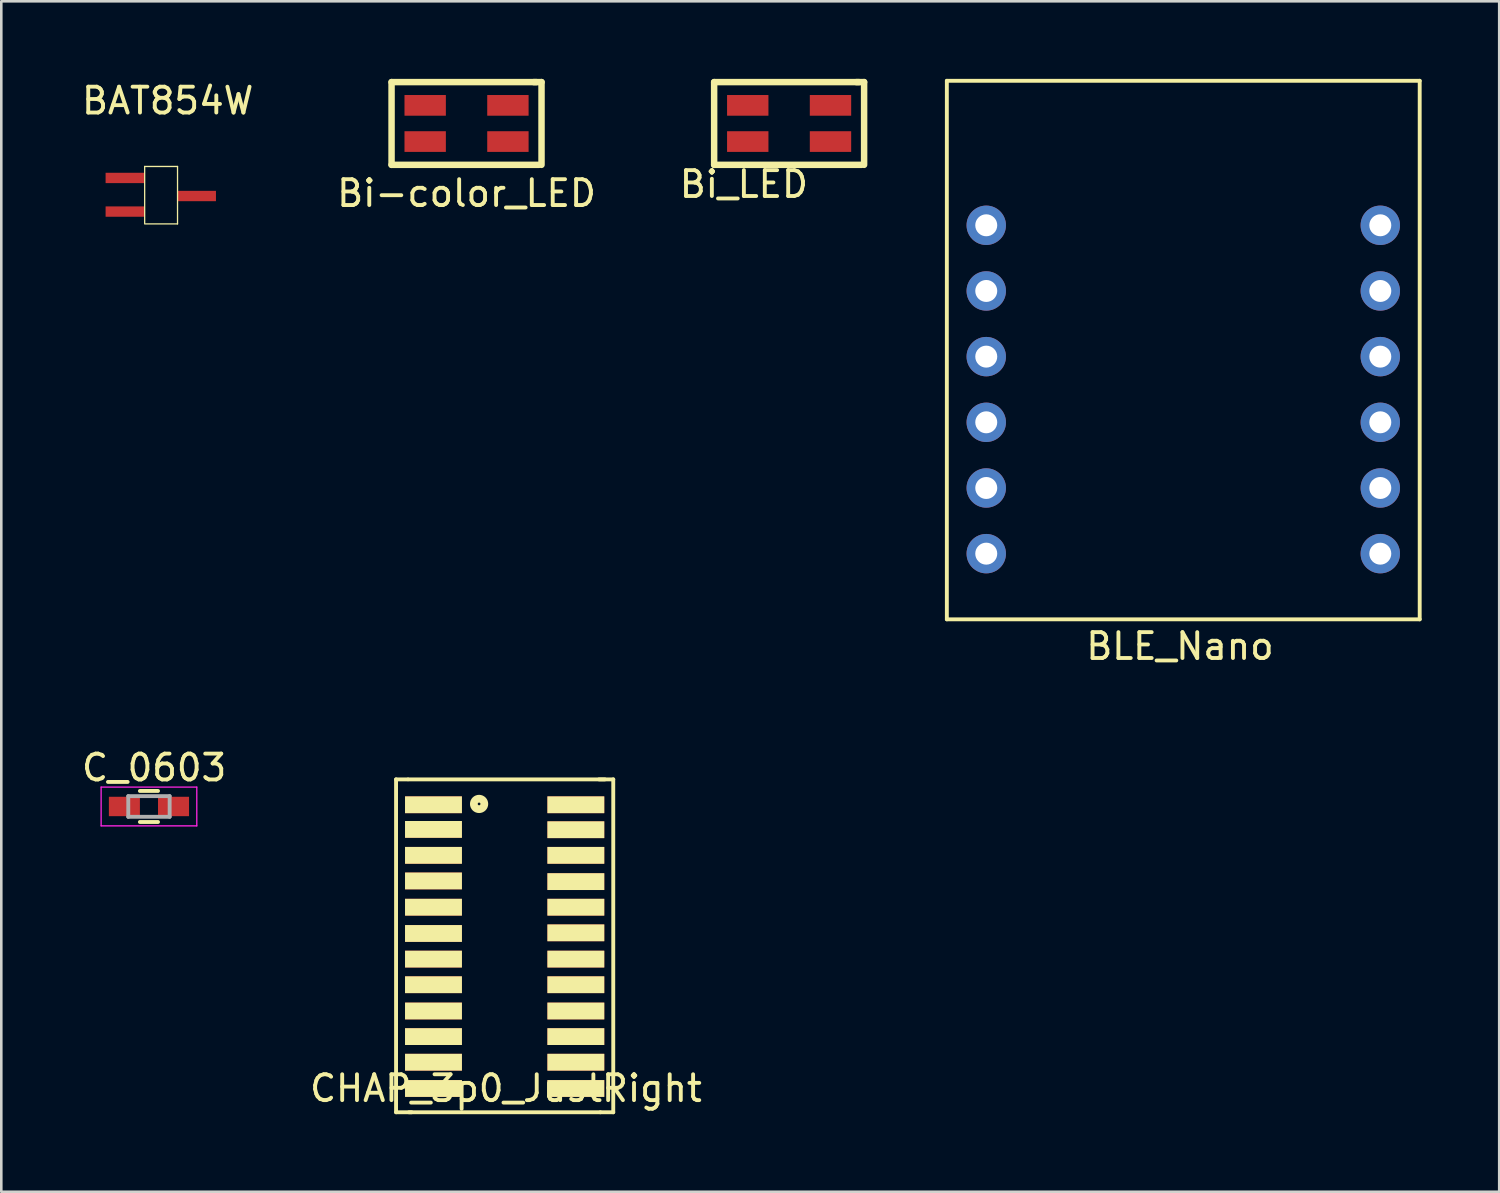
<source format=kicad_pcb>
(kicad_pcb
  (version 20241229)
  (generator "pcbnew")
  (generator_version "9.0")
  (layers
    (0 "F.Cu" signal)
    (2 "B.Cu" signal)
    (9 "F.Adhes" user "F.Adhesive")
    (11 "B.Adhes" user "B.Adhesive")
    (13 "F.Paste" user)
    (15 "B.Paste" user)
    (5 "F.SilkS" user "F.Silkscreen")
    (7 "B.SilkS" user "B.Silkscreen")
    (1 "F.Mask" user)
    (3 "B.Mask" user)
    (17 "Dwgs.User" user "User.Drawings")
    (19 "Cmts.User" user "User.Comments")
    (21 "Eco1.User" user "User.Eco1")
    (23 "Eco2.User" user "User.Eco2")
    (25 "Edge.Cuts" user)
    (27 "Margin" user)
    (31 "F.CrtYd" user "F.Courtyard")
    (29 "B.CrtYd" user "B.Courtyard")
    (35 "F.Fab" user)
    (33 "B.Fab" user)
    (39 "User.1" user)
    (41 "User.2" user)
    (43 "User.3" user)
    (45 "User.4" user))
  (footprint "BLE_Nano"
    (layer "F.Cu")
    (at 42.714 13.283)
    (property "Reference" "BLE_Nano" (at -0.127 8.661 0) (layer "F.SilkS") (effects (font (size 1 1) (thickness 0.15))))
    (attr through_hole)
    (fp_line (start -9.144 -13.208) (end -9.144 7.62) (stroke (width 0.15) (type solid)) (layer "F.SilkS"))
    (fp_line (start -9.144 7.62) (end 9.144 7.62) (stroke (width 0.15) (type solid)) (layer "F.SilkS"))
    (fp_line (start 9.144 -13.208) (end -9.144 -13.208) (stroke (width 0.15) (type solid)) (layer "F.SilkS"))
    (fp_line (start 9.144 7.62) (end 9.144 -13.208) (stroke (width 0.15) (type solid)) (layer "F.SilkS"))
    (pad "1" thru_hole circle (at -7.62 5.08) (size 1.524 1.524) (drill 0.85) (layers "*.Cu" "*.Mask"))
    (pad "2" thru_hole circle (at -7.62 2.54) (size 1.524 1.524) (drill 0.85) (layers "*.Cu" "*.Mask"))
    (pad "3" thru_hole circle (at -7.62 0) (size 1.524 1.524) (drill 0.85) (layers "*.Cu" "*.Mask"))
    (pad "4" thru_hole circle (at -7.62 -2.54) (size 1.524 1.524) (drill 0.85) (layers "*.Cu" "*.Mask"))
    (pad "5" thru_hole circle (at -7.62 -5.08) (size 1.524 1.524) (drill 0.85) (layers "*.Cu" "*.Mask"))
    (pad "6" thru_hole circle (at -7.62 -7.62) (size 1.524 1.524) (drill 0.85) (layers "*.Cu" "*.Mask"))
    (pad "7" thru_hole circle (at 7.62 5.08) (size 1.524 1.524) (drill 0.85) (layers "*.Cu" "*.Mask"))
    (pad "8" thru_hole circle (at 7.62 2.54) (size 1.524 1.524) (drill 0.85) (layers "*.Cu" "*.Mask"))
    (pad "9" thru_hole circle (at 7.62 0) (size 1.524 1.524) (drill 0.85) (layers "*.Cu" "*.Mask"))
    (pad "10" thru_hole circle (at 7.62 -2.54) (size 1.524 1.524) (drill 0.85) (layers "*.Cu" "*.Mask"))
    (pad "11" thru_hole circle (at 7.62 -5.08) (size 1.524 1.524) (drill 0.85) (layers "*.Cu" "*.Mask"))
    (pad "12" thru_hole circle (at 7.62 -7.62) (size 1.524 1.524) (drill 0.85) (layers "*.Cu" "*.Mask")))
  (footprint "BAT854W"
    (layer "F.Cu")
    (at 3.117 2.753)
    (property "Reference" "BAT854W" (at 0.318 -1.905 0) (layer "F.SilkS") (effects (font (size 1 1) (thickness 0.15))))
    (attr through_hole)
    (fp_line (start -0.572 0.635) (end -0.572 2.835) (stroke (width 0.05) (type solid)) (layer "F.SilkS"))
    (fp_line (start -0.572 0.635) (end 0.699 0.635) (stroke (width 0.05) (type solid)) (layer "F.SilkS"))
    (fp_line (start 0.699 0.635) (end 0.699 2.857) (stroke (width 0.05) (type solid)) (layer "F.SilkS"))
    (fp_line (start 0.699 2.857) (end -0.572 2.857) (stroke (width 0.05) (type solid)) (layer "F.SilkS"))
    (pad "1" smd rect (at -1.333 1.079) (size 1.5 0.4) (layers "F.Cu" "F.Mask" "F.Paste"))
    (pad "2" smd rect (at -1.333 2.38) (size 1.5 0.4) (layers "F.Cu" "F.Mask" "F.Paste"))
    (pad "3" smd rect (at 1.435 1.778) (size 1.5 0.4) (layers "F.Cu" "F.Mask" "F.Paste")))
  (footprint "Bi_LED"
    (layer "F.Cu")
    (at 27.47 1.725)
    (property "Reference" "Bi_LED" (at -1.75 2.35 0) (layer "F.SilkS") (effects (font (size 1 1) (thickness 0.15))))
    (attr through_hole)
    (fp_line (start -2.9 -1.6) (end 2.7 -1.6) (stroke (width 0.25) (type solid)) (layer "F.SilkS"))
    (fp_line (start -2.9 1.6) (end -2.9 -1.6) (stroke (width 0.25) (type solid)) (layer "F.SilkS"))
    (fp_line (start -2.9 1.6) (end 2.8 1.6) (stroke (width 0.25) (type solid)) (layer "F.SilkS"))
    (fp_line (start 2.6 -1.6) (end 2.9 -1.6) (stroke (width 0.25) (type solid)) (layer "F.SilkS"))
    (fp_line (start 2.9 1.6) (end 2.9 -1.6) (stroke (width 0.25) (type solid)) (layer "F.SilkS"))
    (pad "1" smd rect (at 1.6 -0.7) (size 1.6 0.8) (layers "F.Cu" "F.Mask" "F.Paste"))
    (pad "2" smd rect (at -1.6 -0.7) (size 1.6 0.8) (layers "F.Cu" "F.Mask" "F.Paste"))
    (pad "3" smd rect (at 1.6 0.7) (size 1.6 0.8) (layers "F.Cu" "F.Mask" "F.Paste"))
    (pad "4" smd rect (at -1.6 0.7) (size 1.6 0.8) (layers "F.Cu" "F.Mask" "F.Paste")))
  (footprint "Bi-color_LED"
    (layer "F.Cu")
    (at 14.994 1.725)
    (property "Reference" "Bi-color_LED" (at 0 2.7 0) (layer "F.SilkS") (effects (font (size 1 1) (thickness 0.15))))
    (attr through_hole)
    (fp_line (start -2.9 -1.6) (end 2.7 -1.6) (stroke (width 0.25) (type solid)) (layer "F.SilkS"))
    (fp_line (start -2.9 1.6) (end -2.9 -1.6) (stroke (width 0.25) (type solid)) (layer "F.SilkS"))
    (fp_line (start -2.9 1.6) (end 2.8 1.6) (stroke (width 0.25) (type solid)) (layer "F.SilkS"))
    (fp_line (start 2.6 -1.6) (end 2.9 -1.6) (stroke (width 0.25) (type solid)) (layer "F.SilkS"))
    (fp_line (start 2.9 1.6) (end 2.9 -1.6) (stroke (width 0.25) (type solid)) (layer "F.SilkS"))
    (pad "1" smd rect (at 1.6 -0.7) (size 1.6 0.8) (layers "F.Cu" "F.Mask" "F.Paste"))
    (pad "2" smd rect (at -1.6 -0.7) (size 1.6 0.8) (layers "F.Cu" "F.Mask" "F.Paste"))
    (pad "3" smd rect (at 1.6 0.7) (size 1.6 0.8) (layers "F.Cu" "F.Mask" "F.Paste"))
    (pad "4" smd rect (at -1.6 0.7) (size 1.6 0.8) (layers "F.Cu" "F.Mask" "F.Paste")))
  (footprint "CHAP_3p0_JustRight"
    (layer "F.Cu")
    (at 16.468 26.043)
    (property "Reference" "CHAP_3p0_JustRight" (at 0.05 13 0) (layer "F.SilkS") (effects (font (size 1 1) (thickness 0.15))))
    (attr through_hole)
    (fp_line (start -4.2 1.05) (end -4.2 13.925) (stroke (width 0.15) (type solid)) (layer "F.SilkS"))
    (fp_line (start -4.2 13.925) (end -3.6 13.925) (stroke (width 0.15) (type solid)) (layer "F.SilkS"))
    (fp_line (start -3.75 1.05) (end -4.2 1.05) (stroke (width 0.15) (type solid)) (layer "F.SilkS"))
    (fp_line (start -3.725 1.05) (end 3.875 1.05) (stroke (width 0.15) (type solid)) (layer "F.SilkS"))
    (fp_line (start -3.7 13.925) (end 3.7 13.925) (stroke (width 0.15) (type solid)) (layer "F.SilkS"))
    (fp_line (start 3.7 13.925) (end 4.2 13.925) (stroke (width 0.15) (type solid)) (layer "F.SilkS"))
    (fp_line (start 4.2 1.05) (end 3.65 1.05) (stroke (width 0.15) (type solid)) (layer "F.SilkS"))
    (fp_line (start 4.2 13.925) (end 4.2 1.05) (stroke (width 0.15) (type solid)) (layer "F.SilkS"))
    (fp_circle (center -0.989 2) (end -0.879 2.17) (stroke (width 0.3) (type solid)) (fill no) (layer "F.SilkS"))
    (pad "1" smd rect (at -2.753 2.032) (size 2.2 0.65) (layers "F.Cu" "F.Mask" "F.SilkS" "F.Paste"))
    (pad "2" smd rect (at -2.753 2.985) (size 2.2 0.65) (layers "F.Cu" "F.Mask" "F.SilkS" "F.Paste"))
    (pad "3" smd rect (at -2.753 3.988) (size 2.2 0.65) (layers "F.Cu" "F.Mask" "F.SilkS" "F.Paste"))
    (pad "4" smd rect (at -2.753 4.978) (size 2.2 0.65) (layers "F.Cu" "F.Mask" "F.SilkS" "F.Paste"))
    (pad "5" smd rect (at -2.753 5.994) (size 2.2 0.65) (layers "F.Cu" "F.Mask" "F.SilkS" "F.Paste"))
    (pad "6" smd rect (at -2.753 7.01) (size 2.2 0.65) (layers "F.Cu" "F.Mask" "F.SilkS" "F.Paste"))
    (pad "7" smd rect (at -2.753 8.001) (size 2.2 0.65) (layers "F.Cu" "F.Mask" "F.SilkS" "F.Paste"))
    (pad "8" smd rect (at -2.753 8.992) (size 2.2 0.65) (layers "F.Cu" "F.Mask" "F.SilkS" "F.Paste"))
    (pad "9" smd rect (at -2.753 10.008) (size 2.2 0.65) (layers "F.Cu" "F.Mask" "F.SilkS" "F.Paste"))
    (pad "10" smd rect (at -2.753 10.998) (size 2.2 0.65) (layers "F.Cu" "F.Mask" "F.SilkS" "F.Paste"))
    (pad "11" smd rect (at -2.753 11.989) (size 2.2 0.65) (layers "F.Cu" "F.Mask" "F.SilkS" "F.Paste"))
    (pad "12" smd rect (at -2.753 13.005) (size 2.2 0.65) (layers "F.Cu" "F.Mask" "F.SilkS" "F.Paste"))
    (pad "13" smd rect (at 2.753 13.005) (size 2.2 0.65) (layers "F.Cu" "F.Mask" "F.SilkS" "F.Paste"))
    (pad "14" smd rect (at 2.753 11.989) (size 2.2 0.65) (layers "F.Cu" "F.Mask" "F.SilkS" "F.Paste"))
    (pad "15" smd rect (at 2.753 10.998) (size 2.2 0.65) (layers "F.Cu" "F.Mask" "F.SilkS" "F.Paste"))
    (pad "16" smd rect (at 2.753 10.008) (size 2.2 0.65) (layers "F.Cu" "F.Mask" "F.SilkS" "F.Paste"))
    (pad "17" smd rect (at 2.753 8.992) (size 2.2 0.65) (layers "F.Cu" "F.Mask" "F.SilkS" "F.Paste"))
    (pad "18" smd rect (at 2.753 8.001) (size 2.2 0.65) (layers "F.Cu" "F.Mask" "F.SilkS" "F.Paste"))
    (pad "19" smd rect (at 2.753 6.985) (size 2.2 0.65) (layers "F.Cu" "F.Mask" "F.SilkS" "F.Paste"))
    (pad "20" smd rect (at 2.753 5.994) (size 2.2 0.65) (layers "F.Cu" "F.Mask" "F.SilkS" "F.Paste"))
    (pad "21" smd rect (at 2.753 5.004) (size 2.2 0.65) (layers "F.Cu" "F.Mask" "F.SilkS" "F.Paste"))
    (pad "22" smd rect (at 2.753 3.988) (size 2.2 0.65) (layers "F.Cu" "F.Mask" "F.SilkS" "F.Paste"))
    (pad "23" smd rect (at 2.753 2.997) (size 2.2 0.65) (layers "F.Cu" "F.Mask" "F.SilkS" "F.Paste"))
    (pad "24" smd rect (at 2.753 2.032) (size 2.2 0.65) (layers "F.Cu" "F.Mask" "F.SilkS" "F.Paste")))
  (footprint "C_0603"
    (layer "F.Cu")
    (at 2.711 28.141)
    (property "Reference" "C_0603" (at 0.2 -1.5 0) (layer "F.SilkS") (effects (font (size 1 1) (thickness 0.15))))
    (attr smd)
    (fp_line (start -0.35 -0.6) (end 0.35 -0.6) (stroke (width 0.15) (type solid)) (layer "F.SilkS"))
    (fp_line (start 0.35 0.6) (end -0.35 0.6) (stroke (width 0.15) (type solid)) (layer "F.SilkS"))
    (fp_line (start -1.85 -0.75) (end -1.85 0.75) (stroke (width 0.05) (type solid)) (layer "F.CrtYd"))
    (fp_line (start -1.85 -0.75) (end 1.85 -0.75) (stroke (width 0.05) (type solid)) (layer "F.CrtYd"))
    (fp_line (start -1.85 0.75) (end 1.85 0.75) (stroke (width 0.05) (type solid)) (layer "F.CrtYd"))
    (fp_line (start 1.85 -0.75) (end 1.85 0.75) (stroke (width 0.05) (type solid)) (layer "F.CrtYd"))
    (fp_line (start -0.8 -0.4) (end 0.8 -0.4) (stroke (width 0.15) (type solid)) (layer "F.Fab"))
    (fp_line (start -0.8 0.4) (end -0.8 -0.4) (stroke (width 0.15) (type solid)) (layer "F.Fab"))
    (fp_line (start 0.8 -0.4) (end 0.8 0.4) (stroke (width 0.15) (type solid)) (layer "F.Fab"))
    (fp_line (start 0.8 0.4) (end -0.8 0.4) (stroke (width 0.15) (type solid)) (layer "F.Fab"))
    (pad "1" smd rect (at -0.95 0) (size 1.2 0.75) (layers "F.Cu" "F.Mask" "F.Paste"))
    (pad "2" smd rect (at 0.95 0) (size 1.2 0.75) (layers "F.Cu" "F.Mask" "F.Paste")))
  (gr_rect
    (start -3 -3)
    (end 54.933 43.043)
    (stroke (width 0.1) (type default))
    (fill no)
    (layer "Edge.Cuts")))
</source>
